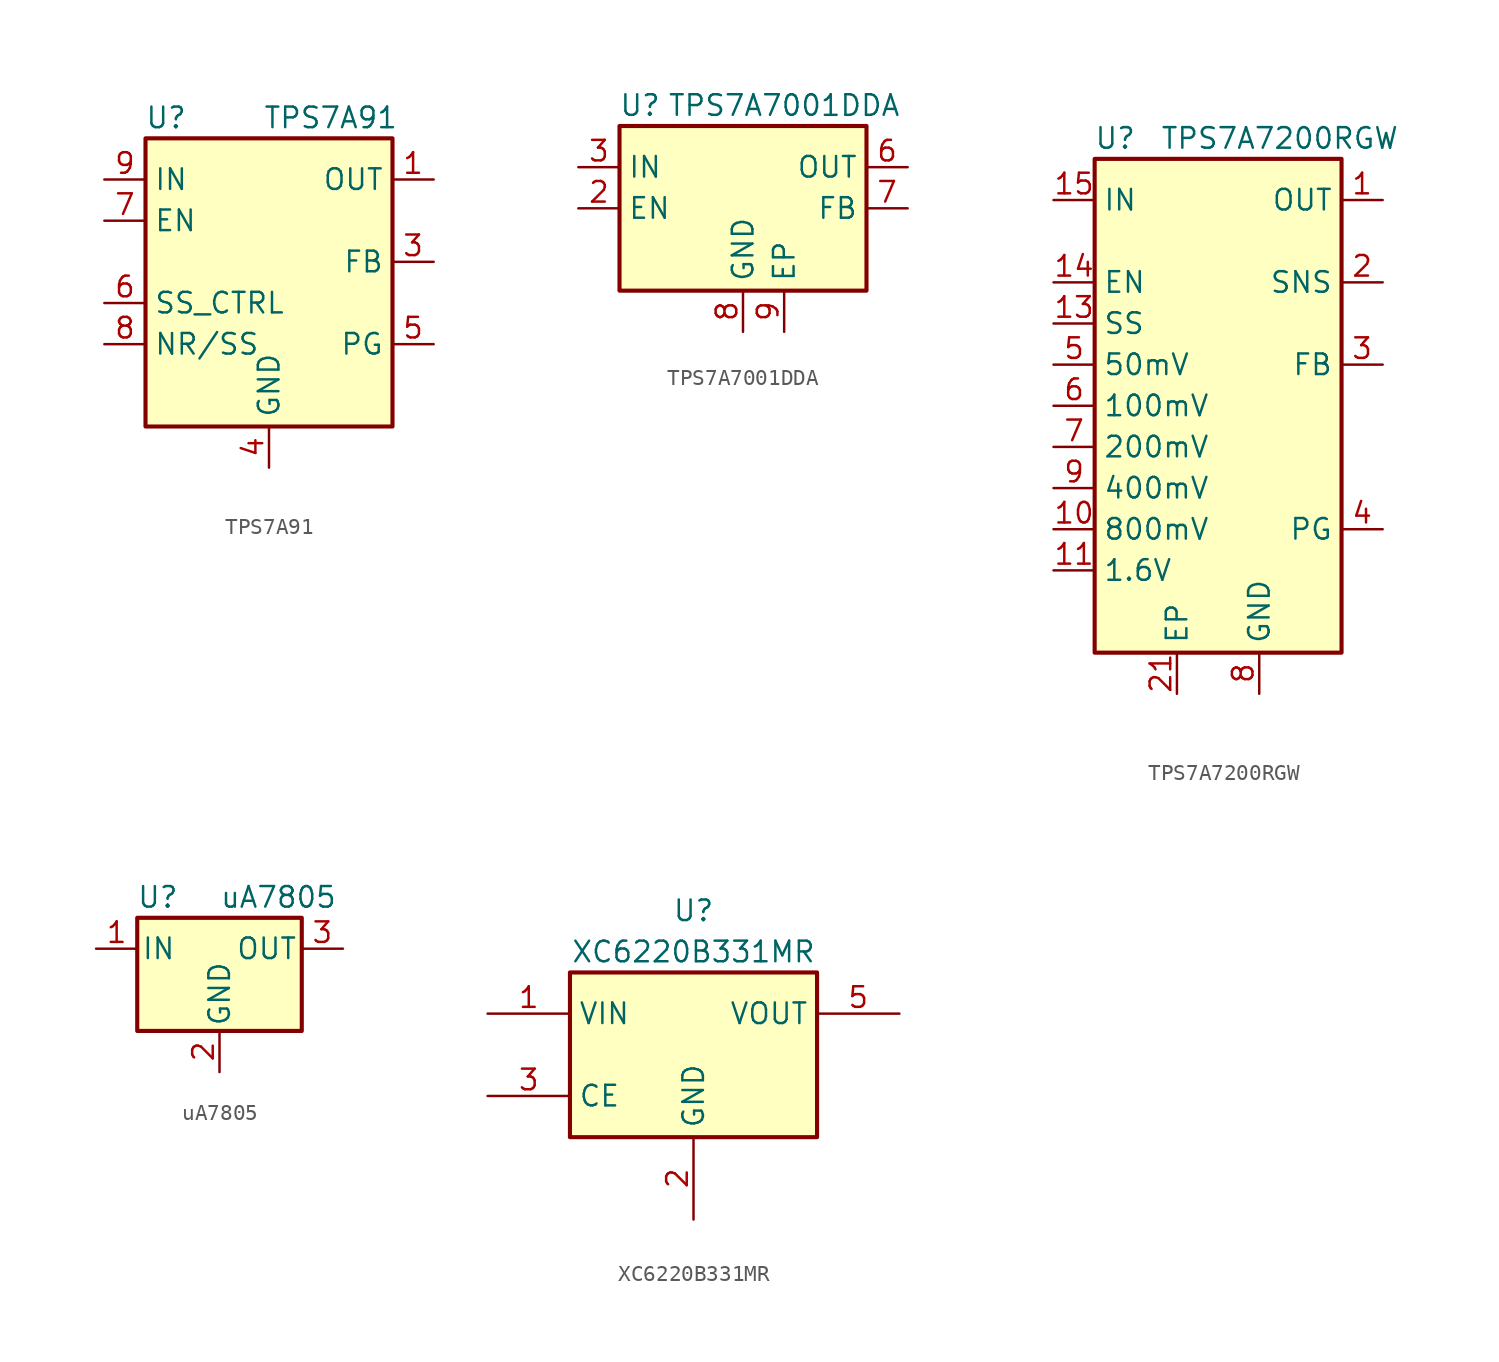
<source format=kicad_sym>
(kicad_symbol_lib
  (version 20201005)
  (generator kicad_symbol_editor)
  (symbol "TPS7A91"
    (property "Reference" "U"
      (at -6.35 11.43 0)
      (effects (font (size 1.27 1.27))))
    (property "Value" "TPS7A91"
      (at 3.81 11.43 0)
      (effects (font (size 1.27 1.27))))
    (symbol "TPS7A91_0_1"
      (rectangle (start -7.62 10.16) (end 7.62 -7.62) (stroke (width 0.254)) (fill (type background))))
    (symbol "TPS7A91_1_1"
      (pin power_out line (at 10.16 7.62 180) (length 2.54) (name "OUT" (effects (font (size 1.27 1.27)))) (number "1" (effects (font (size 1.27 1.27)))))
      (pin passive line (at -10.16 7.62 0) (length 2.54) hide (name "IN" (effects (font (size 1.27 1.27)))) (number "10" (effects (font (size 1.27 1.27)))))
      (pin passive line (at 0 -10.16 90) (length 2.54) hide (name "GND" (effects (font (size 1.27 1.27)))) (number "11" (effects (font (size 1.27 1.27)))))
      (pin passive line (at 10.16 7.62 180) (length 2.54) hide (name "OUT" (effects (font (size 1.27 1.27)))) (number "2" (effects (font (size 1.27 1.27)))))
      (pin input line (at 10.16 2.54 180) (length 2.54) (name "FB" (effects (font (size 1.27 1.27)))) (number "3" (effects (font (size 1.27 1.27)))))
      (pin power_in line (at 0 -10.16 90) (length 2.54) (name "GND" (effects (font (size 1.27 1.27)))) (number "4" (effects (font (size 1.27 1.27)))))
      (pin open_collector line (at 10.16 -2.54 180) (length 2.54) (name "PG" (effects (font (size 1.27 1.27)))) (number "5" (effects (font (size 1.27 1.27)))))
      (pin input line (at -10.16 0 0) (length 2.54) (name "SS_CTRL" (effects (font (size 1.27 1.27)))) (number "6" (effects (font (size 1.27 1.27)))))
      (pin input line (at -10.16 5.08 0) (length 2.54) (name "EN" (effects (font (size 1.27 1.27)))) (number "7" (effects (font (size 1.27 1.27)))))
      (pin passive line (at -10.16 -2.54 0) (length 2.54) (name "NR/SS" (effects (font (size 1.27 1.27)))) (number "8" (effects (font (size 1.27 1.27)))))
      (pin power_in line (at -10.16 7.62 0) (length 2.54) (name "IN" (effects (font (size 1.27 1.27)))) (number "9" (effects (font (size 1.27 1.27)))))))
  (symbol "TPS7A7001DDA"
    (property "Reference" "U"
      (at -6.35 6.35 0)
      (effects (font (size 1.27 1.27))))
    (property "Value" "TPS7A7001DDA"
      (at 2.54 6.35 0)
      (effects (font (size 1.27 1.27))))
    (symbol "TPS7A7001DDA_0_1"
      (rectangle (start -7.62 5.08) (end 7.62 -5.08) (stroke (width 0.254)) (fill (type background))))
    (symbol "TPS7A7001DDA_1_1"
      (pin no_connect line (at -7.62 -2.54 0) (length 2.54) hide (name "NC" (effects (font (size 1.27 1.27)))) (number "1" (effects (font (size 1.27 1.27)))))
      (pin input line (at -10.16 0 0) (length 2.54) (name "EN" (effects (font (size 1.27 1.27)))) (number "2" (effects (font (size 1.27 1.27)))))
      (pin power_in line (at -10.16 2.54 0) (length 2.54) (name "IN" (effects (font (size 1.27 1.27)))) (number "3" (effects (font (size 1.27 1.27)))))
      (pin no_connect line (at 7.62 -2.54 180) (length 2.54) hide (name "NC" (effects (font (size 1.27 1.27)))) (number "4" (effects (font (size 1.27 1.27)))))
      (pin no_connect line (at -2.54 -5.08 90) (length 2.54) hide (name "NC" (effects (font (size 1.27 1.27)))) (number "5" (effects (font (size 1.27 1.27)))))
      (pin power_out line (at 10.16 2.54 180) (length 2.54) (name "OUT" (effects (font (size 1.27 1.27)))) (number "6" (effects (font (size 1.27 1.27)))))
      (pin input line (at 10.16 0 180) (length 2.54) (name "FB" (effects (font (size 1.27 1.27)))) (number "7" (effects (font (size 1.27 1.27)))))
      (pin power_in line (at 0 -7.62 90) (length 2.54) (name "GND" (effects (font (size 1.27 1.27)))) (number "8" (effects (font (size 1.27 1.27)))))
      (pin passive line (at 2.54 -7.62 90) (length 2.54) (name "EP" (effects (font (size 1.27 1.27)))) (number "9" (effects (font (size 1.27 1.27)))))))
  (symbol "TPS7A7200RGW"
    (property "Reference" "U"
      (at -6.35 16.51 0)
      (effects (font (size 1.27 1.27))))
    (property "Value" "TPS7A7200RGW"
      (at 3.81 16.51 0)
      (effects (font (size 1.27 1.27))))
    (symbol "TPS7A7200RGW_0_1"
      (rectangle (start -7.62 15.24) (end 7.62 -15.24) (stroke (width 0.254)) (fill (type background))))
    (symbol "TPS7A7200RGW_1_1"
      (pin power_out line (at 10.16 12.7 180) (length 2.54) (name "OUT" (effects (font (size 1.27 1.27)))) (number "1" (effects (font (size 1.27 1.27)))))
      (pin input line (at -10.16 -7.62 0) (length 2.54) (name "800mV" (effects (font (size 1.27 1.27)))) (number "10" (effects (font (size 1.27 1.27)))))
      (pin input line (at -10.16 -10.16 0) (length 2.54) (name "1.6V" (effects (font (size 1.27 1.27)))) (number "11" (effects (font (size 1.27 1.27)))))
      (pin no_connect line (at -7.62 10.16 0) (length 2.54) hide (name "NC" (effects (font (size 1.27 1.27)))) (number "12" (effects (font (size 1.27 1.27)))))
      (pin input line (at -10.16 5.08 0) (length 2.54) (name "SS" (effects (font (size 1.27 1.27)))) (number "13" (effects (font (size 1.27 1.27)))))
      (pin input line (at -10.16 7.62 0) (length 2.54) (name "EN" (effects (font (size 1.27 1.27)))) (number "14" (effects (font (size 1.27 1.27)))))
      (pin power_in line (at -10.16 12.7 0) (length 2.54) (name "IN" (effects (font (size 1.27 1.27)))) (number "15" (effects (font (size 1.27 1.27)))))
      (pin passive line (at -10.16 12.7 0) (length 2.54) hide (name "IN" (effects (font (size 1.27 1.27)))) (number "16" (effects (font (size 1.27 1.27)))))
      (pin passive line (at -10.16 12.7 0) (length 2.54) hide (name "IN" (effects (font (size 1.27 1.27)))) (number "17" (effects (font (size 1.27 1.27)))))
      (pin passive line (at 2.54 -17.78 90) (length 2.54) hide (name "GND" (effects (font (size 1.27 1.27)))) (number "18" (effects (font (size 1.27 1.27)))))
      (pin passive line (at 10.16 12.7 180) (length 2.54) hide (name "OUT" (effects (font (size 1.27 1.27)))) (number "19" (effects (font (size 1.27 1.27)))))
      (pin input line (at 10.16 7.62 180) (length 2.54) (name "SNS" (effects (font (size 1.27 1.27)))) (number "2" (effects (font (size 1.27 1.27)))))
      (pin passive line (at 10.16 12.7 180) (length 2.54) hide (name "OUT" (effects (font (size 1.27 1.27)))) (number "20" (effects (font (size 1.27 1.27)))))
      (pin passive line (at -2.54 -17.78 90) (length 2.54) (name "EP" (effects (font (size 1.27 1.27)))) (number "21" (effects (font (size 1.27 1.27)))))
      (pin input line (at 10.16 2.54 180) (length 2.54) (name "FB" (effects (font (size 1.27 1.27)))) (number "3" (effects (font (size 1.27 1.27)))))
      (pin open_collector line (at 10.16 -7.62 180) (length 2.54) (name "PG" (effects (font (size 1.27 1.27)))) (number "4" (effects (font (size 1.27 1.27)))))
      (pin input line (at -10.16 2.54 0) (length 2.54) (name "50mV" (effects (font (size 1.27 1.27)))) (number "5" (effects (font (size 1.27 1.27)))))
      (pin input line (at -10.16 0 0) (length 2.54) (name "100mV" (effects (font (size 1.27 1.27)))) (number "6" (effects (font (size 1.27 1.27)))))
      (pin input line (at -10.16 -2.54 0) (length 2.54) (name "200mV" (effects (font (size 1.27 1.27)))) (number "7" (effects (font (size 1.27 1.27)))))
      (pin power_in line (at 2.54 -17.78 90) (length 2.54) (name "GND" (effects (font (size 1.27 1.27)))) (number "8" (effects (font (size 1.27 1.27)))))
      (pin input line (at -10.16 -5.08 0) (length 2.54) (name "400mV" (effects (font (size 1.27 1.27)))) (number "9" (effects (font (size 1.27 1.27)))))))
  (symbol "uA7805"
    (pin_names
      (offset 0.254))
    (property "Reference" "U"
      (at -3.81 3.175 0)
      (effects (font (size 1.27 1.27))))
    (property "Value" "uA7805"
      (at 0 3.175 0)
      (effects (font (size 1.27 1.27)) (justify left)))
    (symbol "uA7805_0_1"
      (rectangle (start -5.08 1.905) (end 5.08 -5.08) (stroke (width 0.254)) (fill (type background))))
    (symbol "uA7805_1_1"
      (pin power_in line (at -7.62 0 0) (length 2.54) (name "IN" (effects (font (size 1.27 1.27)))) (number "1" (effects (font (size 1.27 1.27)))))
      (pin power_in line (at 0 -7.62 90) (length 2.54) (name "GND" (effects (font (size 1.27 1.27)))) (number "2" (effects (font (size 1.27 1.27)))))
      (pin power_out line (at 7.62 0 180) (length 2.54) (name "OUT" (effects (font (size 1.27 1.27)))) (number "3" (effects (font (size 1.27 1.27)))))))
  (symbol "XC6220B331MR"
    (property "Reference" "U"
      (at 0 8.89 0)
      (effects (font (size 1.27 1.27))))
    (property "Value" "XC6220B331MR"
      (at 0 6.35 0)
      (effects (font (size 1.27 1.27))))
    (symbol "XC6220B331MR_0_1"
      (rectangle (start -7.62 5.08) (end 7.62 -5.08) (stroke (width 0.254)) (fill (type background))))
    (symbol "XC6220B331MR_1_1"
      (pin power_in line (at -12.7 2.54 0) (length 5.08) (name "VIN" (effects (font (size 1.27 1.27)))) (number "1" (effects (font (size 1.27 1.27)))))
      (pin power_in line (at 0 -10.16 90) (length 5.08) (name "GND" (effects (font (size 1.27 1.27)))) (number "2" (effects (font (size 1.27 1.27)))))
      (pin input line (at -12.7 -2.54 0) (length 5.08) (name "CE" (effects (font (size 1.27 1.27)))) (number "3" (effects (font (size 1.27 1.27)))))
      (pin no_connect line (at 12.7 -2.54 180) (length 5.08) hide (name "NC" (effects (font (size 1.27 1.27)))) (number "4" (effects (font (size 1.27 1.27)))))
      (pin power_out line (at 12.7 2.54 180) (length 5.08) (name "VOUT" (effects (font (size 1.27 1.27)))) (number "5" (effects (font (size 1.27 1.27))))))))
</source>
